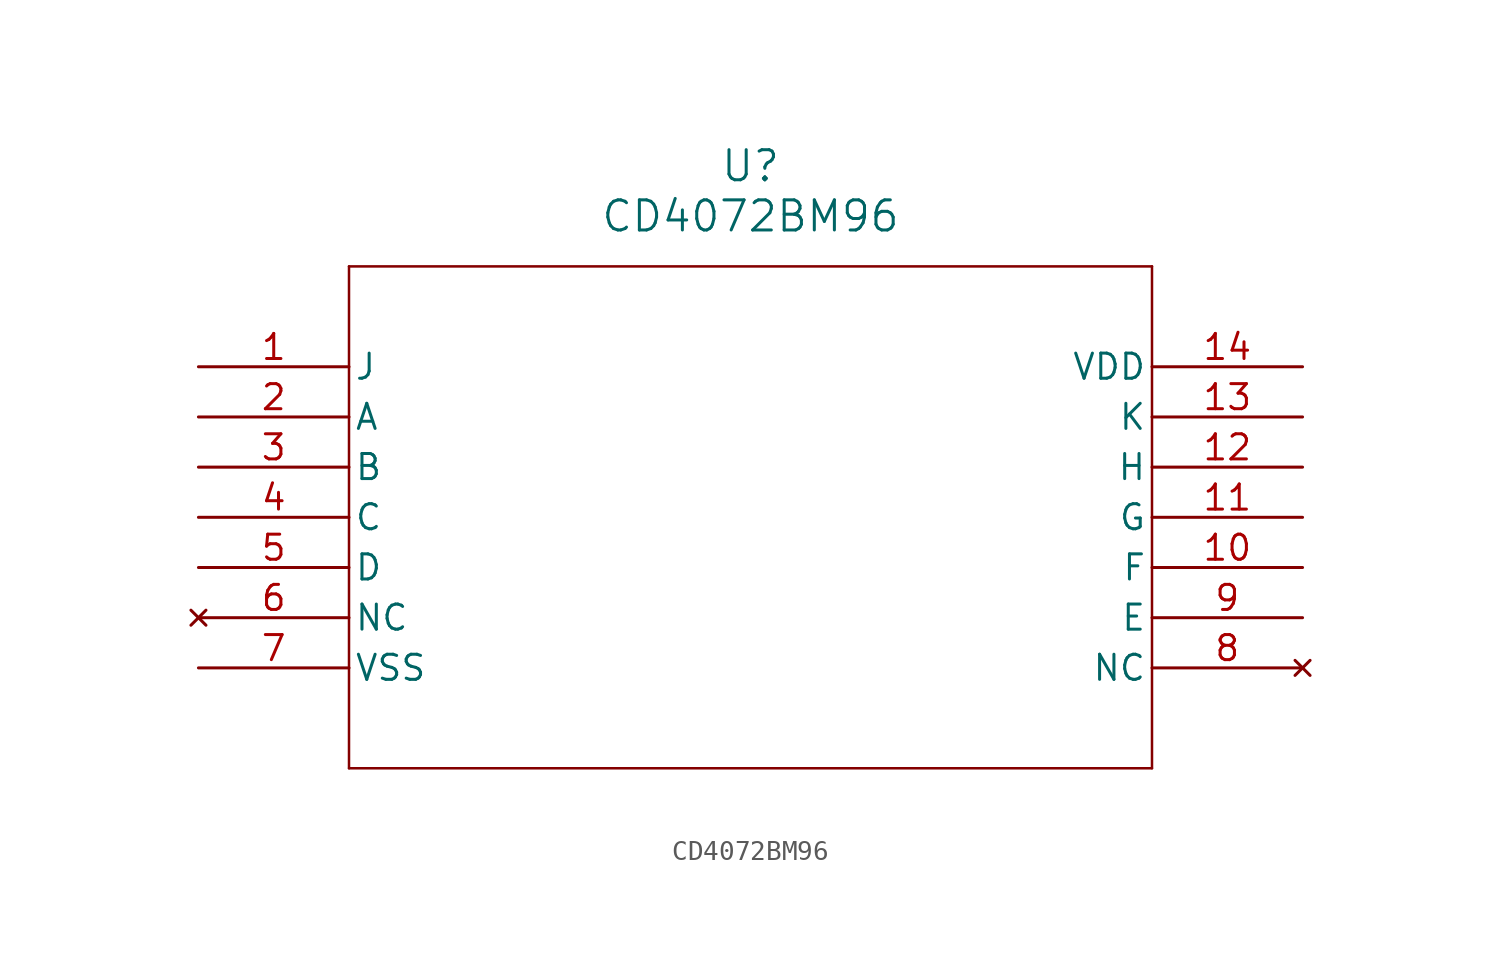
<source format=kicad_sym>
(kicad_symbol_lib
  (version 20211014)
  (generator kicad_symbol_editor)
  (symbol "CD4072BM96"
    (pin_names
      (offset 0.254))
    (property "Reference" "U"
      (at 27.94 10.16 0)
      (effects (font (size 1.524 1.524))))
    (property "Value" "CD4072BM96"
      (at 27.94 7.62 0)
      (effects (font (size 1.524 1.524))))
    (symbol "CD4072BM96_0_1"
      (polyline (pts (xy 7.62 5.08) (xy 7.62 -20.32)) (stroke (width 0.127) (type default) (color 0 0 0 0)) (fill (type none)))
      (polyline (pts (xy 7.62 -20.32) (xy 48.26 -20.32)) (stroke (width 0.127) (type default) (color 0 0 0 0)) (fill (type none)))
      (polyline (pts (xy 48.26 -20.32) (xy 48.26 5.08)) (stroke (width 0.127) (type default) (color 0 0 0 0)) (fill (type none)))
      (polyline (pts (xy 48.26 5.08) (xy 7.62 5.08)) (stroke (width 0.127) (type default) (color 0 0 0 0)) (fill (type none)))
      (pin unspecified line (at 0 0 0) (length 7.62) (name "J" (effects (font (size 1.27 1.27)))) (number "1" (effects (font (size 1.27 1.27)))))
      (pin unspecified line (at 0 -2.54 0) (length 7.62) (name "A" (effects (font (size 1.27 1.27)))) (number "2" (effects (font (size 1.27 1.27)))))
      (pin unspecified line (at 0 -5.08 0) (length 7.62) (name "B" (effects (font (size 1.27 1.27)))) (number "3" (effects (font (size 1.27 1.27)))))
      (pin unspecified line (at 0 -7.62 0) (length 7.62) (name "C" (effects (font (size 1.27 1.27)))) (number "4" (effects (font (size 1.27 1.27)))))
      (pin unspecified line (at 0 -10.16 0) (length 7.62) (name "D" (effects (font (size 1.27 1.27)))) (number "5" (effects (font (size 1.27 1.27)))))
      (pin no_connect line (at 0 -12.7 0) (length 7.62) (name "NC" (effects (font (size 1.27 1.27)))) (number "6" (effects (font (size 1.27 1.27)))))
      (pin power_in line (at 0 -15.24 0) (length 7.62) (name "VSS" (effects (font (size 1.27 1.27)))) (number "7" (effects (font (size 1.27 1.27)))))
      (pin no_connect line (at 55.88 -15.24 180) (length 7.62) (name "NC" (effects (font (size 1.27 1.27)))) (number "8" (effects (font (size 1.27 1.27)))))
      (pin unspecified line (at 55.88 -12.7 180) (length 7.62) (name "E" (effects (font (size 1.27 1.27)))) (number "9" (effects (font (size 1.27 1.27)))))
      (pin unspecified line (at 55.88 -10.16 180) (length 7.62) (name "F" (effects (font (size 1.27 1.27)))) (number "10" (effects (font (size 1.27 1.27)))))
      (pin unspecified line (at 55.88 -7.62 180) (length 7.62) (name "G" (effects (font (size 1.27 1.27)))) (number "11" (effects (font (size 1.27 1.27)))))
      (pin unspecified line (at 55.88 -5.08 180) (length 7.62) (name "H" (effects (font (size 1.27 1.27)))) (number "12" (effects (font (size 1.27 1.27)))))
      (pin unspecified line (at 55.88 -2.54 180) (length 7.62) (name "K" (effects (font (size 1.27 1.27)))) (number "13" (effects (font (size 1.27 1.27)))))
      (pin power_in line (at 55.88 0 180) (length 7.62) (name "VDD" (effects (font (size 1.27 1.27)))) (number "14" (effects (font (size 1.27 1.27))))))))
</source>
